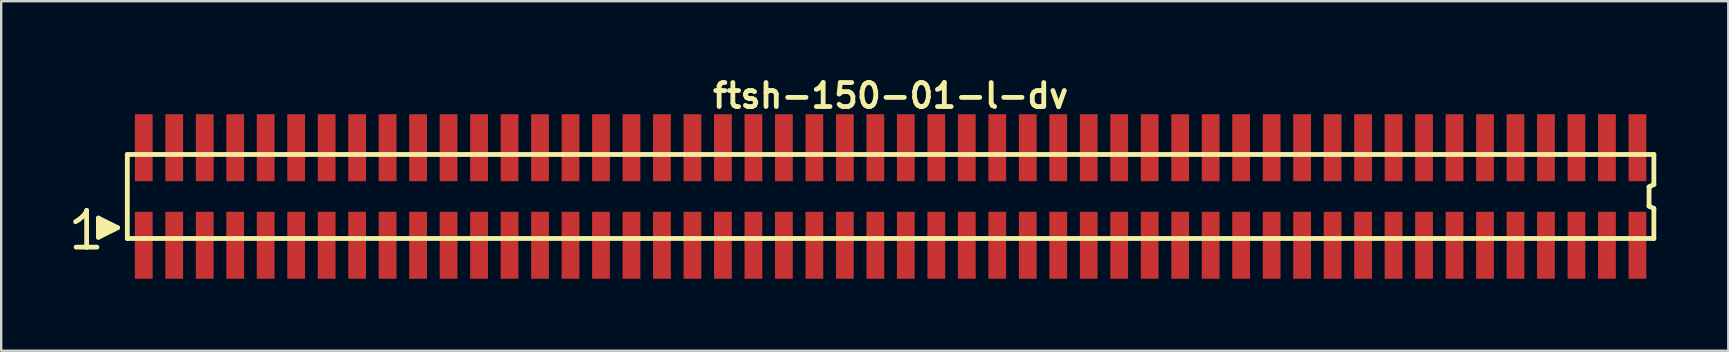
<source format=kicad_pcb>
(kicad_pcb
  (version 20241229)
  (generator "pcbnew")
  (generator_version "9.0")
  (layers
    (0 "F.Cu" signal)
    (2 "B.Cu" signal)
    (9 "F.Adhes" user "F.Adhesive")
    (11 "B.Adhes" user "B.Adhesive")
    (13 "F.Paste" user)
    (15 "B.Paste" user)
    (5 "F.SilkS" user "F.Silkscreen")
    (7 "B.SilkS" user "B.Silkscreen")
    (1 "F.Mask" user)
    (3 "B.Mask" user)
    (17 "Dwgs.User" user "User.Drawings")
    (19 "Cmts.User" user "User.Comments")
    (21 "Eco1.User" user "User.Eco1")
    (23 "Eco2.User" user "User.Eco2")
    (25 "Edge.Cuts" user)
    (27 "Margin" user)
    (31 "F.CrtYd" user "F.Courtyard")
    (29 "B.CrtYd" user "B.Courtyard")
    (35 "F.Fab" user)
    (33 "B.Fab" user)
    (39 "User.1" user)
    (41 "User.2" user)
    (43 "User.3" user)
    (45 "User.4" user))
  (footprint "ftsh-150-01-l-dv"
    (layer "F.Cu")
    (at 34.054 5.136)
    (property "Reference" "ftsh-150-01-l-dv" (at 0 -4.2 0) (layer "F.SilkS") (effects (font (size 1 1) (thickness 0.2))))
    (attr smd)
    (fp_line (start -33.955 1.05) (end -33.825 0.97) (stroke (width 0.198) (type solid)) (layer "F.SilkS"))
    (fp_line (start -33.825 0.97) (end -33.665 0.84) (stroke (width 0.198) (type solid)) (layer "F.SilkS"))
    (fp_line (start -33.665 0.84) (end -33.525 0.67) (stroke (width 0.198) (type solid)) (layer "F.SilkS"))
    (fp_line (start -33.525 0.67) (end -33.495 0.58) (stroke (width 0.198) (type solid)) (layer "F.SilkS"))
    (fp_line (start -33.495 0.58) (end -33.495 2.11) (stroke (width 0.198) (type solid)) (layer "F.SilkS"))
    (fp_line (start -33.495 2.11) (end -33.935 2.11) (stroke (width 0.198) (type solid)) (layer "F.SilkS"))
    (fp_line (start -33.065 2.11) (end -33.505 2.11) (stroke (width 0.198) (type solid)) (layer "F.SilkS"))
    (fp_line (start -33.005 0.9) (end -32.205 1.3) (stroke (width 0.198) (type solid)) (layer "F.SilkS"))
    (fp_line (start -33.005 1.7) (end -33.005 0.9) (stroke (width 0.198) (type solid)) (layer "F.SilkS"))
    (fp_line (start -32.905 1.6) (end -32.905 1) (stroke (width 0.198) (type solid)) (layer "F.SilkS"))
    (fp_line (start -32.805 1.1) (end -32.805 1.5) (stroke (width 0.198) (type solid)) (layer "F.SilkS"))
    (fp_line (start -32.705 1.5) (end -32.705 1.1) (stroke (width 0.198) (type solid)) (layer "F.SilkS"))
    (fp_line (start -32.605 1.2) (end -32.605 1.4) (stroke (width 0.198) (type solid)) (layer "F.SilkS"))
    (fp_line (start -32.505 1.4) (end -32.505 1.2) (stroke (width 0.198) (type solid)) (layer "F.SilkS"))
    (fp_line (start -32.205 1.3) (end -33.005 1.7) (stroke (width 0.198) (type solid)) (layer "F.SilkS"))
    (fp_line (start -31.8 -1.75) (end -31.8 1.75) (stroke (width 0.2) (type solid)) (layer "F.SilkS"))
    (fp_line (start -31.8 -1.75) (end 31.8 -1.75) (stroke (width 0.2) (type solid)) (layer "F.SilkS"))
    (fp_line (start -31.8 1.75) (end 31.8 1.75) (stroke (width 0.2) (type solid)) (layer "F.SilkS"))
    (fp_line (start 31.6 -0.4) (end 31.6 0.4) (stroke (width 0.2) (type solid)) (layer "F.SilkS"))
    (fp_line (start 31.6 0.4) (end 31.8 0.5) (stroke (width 0.2) (type solid)) (layer "F.SilkS"))
    (fp_line (start 31.8 -0.5) (end 31.6 -0.4) (stroke (width 0.2) (type solid)) (layer "F.SilkS"))
    (fp_line (start 31.8 -0.5) (end 31.8 -1.75) (stroke (width 0.2) (type solid)) (layer "F.SilkS"))
    (fp_line (start 31.8 0.5) (end 31.8 1.75) (stroke (width 0.2) (type solid)) (layer "F.SilkS"))
    (pad "1" smd rect (at -31.115 2.032) (size 0.74 2.79) (layers "F.Cu" "F.Mask" "F.Paste"))
    (pad "2" smd rect (at -31.115 -2.032) (size 0.74 2.79) (layers "F.Cu" "F.Mask" "F.Paste"))
    (pad "3" smd rect (at -29.845 2.032) (size 0.74 2.79) (layers "F.Cu" "F.Mask" "F.Paste"))
    (pad "4" smd rect (at -29.845 -2.032) (size 0.74 2.79) (layers "F.Cu" "F.Mask" "F.Paste"))
    (pad "5" smd rect (at -28.575 2.032) (size 0.74 2.79) (layers "F.Cu" "F.Mask" "F.Paste"))
    (pad "6" smd rect (at -28.575 -2.032) (size 0.74 2.79) (layers "F.Cu" "F.Mask" "F.Paste"))
    (pad "7" smd rect (at -27.305 2.032) (size 0.74 2.79) (layers "F.Cu" "F.Mask" "F.Paste"))
    (pad "8" smd rect (at -27.305 -2.032) (size 0.74 2.79) (layers "F.Cu" "F.Mask" "F.Paste"))
    (pad "9" smd rect (at -26.035 2.032) (size 0.74 2.79) (layers "F.Cu" "F.Mask" "F.Paste"))
    (pad "10" smd rect (at -26.035 -2.032) (size 0.74 2.79) (layers "F.Cu" "F.Mask" "F.Paste"))
    (pad "11" smd rect (at -24.765 2.032) (size 0.74 2.79) (layers "F.Cu" "F.Mask" "F.Paste"))
    (pad "12" smd rect (at -24.765 -2.032) (size 0.74 2.79) (layers "F.Cu" "F.Mask" "F.Paste"))
    (pad "13" smd rect (at -23.495 2.032) (size 0.74 2.79) (layers "F.Cu" "F.Mask" "F.Paste"))
    (pad "14" smd rect (at -23.495 -2.032) (size 0.74 2.79) (layers "F.Cu" "F.Mask" "F.Paste"))
    (pad "15" smd rect (at -22.225 2.032) (size 0.74 2.79) (layers "F.Cu" "F.Mask" "F.Paste"))
    (pad "16" smd rect (at -22.225 -2.032) (size 0.74 2.79) (layers "F.Cu" "F.Mask" "F.Paste"))
    (pad "17" smd rect (at -20.955 2.032) (size 0.74 2.79) (layers "F.Cu" "F.Mask" "F.Paste"))
    (pad "18" smd rect (at -20.955 -2.032) (size 0.74 2.79) (layers "F.Cu" "F.Mask" "F.Paste"))
    (pad "19" smd rect (at -19.685 2.032) (size 0.74 2.79) (layers "F.Cu" "F.Mask" "F.Paste"))
    (pad "20" smd rect (at -19.685 -2.032) (size 0.74 2.79) (layers "F.Cu" "F.Mask" "F.Paste"))
    (pad "21" smd rect (at -18.415 2.032) (size 0.74 2.79) (layers "F.Cu" "F.Mask" "F.Paste"))
    (pad "22" smd rect (at -18.415 -2.032) (size 0.74 2.79) (layers "F.Cu" "F.Mask" "F.Paste"))
    (pad "23" smd rect (at -17.145 2.032) (size 0.74 2.79) (layers "F.Cu" "F.Mask" "F.Paste"))
    (pad "24" smd rect (at -17.145 -2.032) (size 0.74 2.79) (layers "F.Cu" "F.Mask" "F.Paste"))
    (pad "25" smd rect (at -15.875 2.032) (size 0.74 2.79) (layers "F.Cu" "F.Mask" "F.Paste"))
    (pad "26" smd rect (at -15.875 -2.032) (size 0.74 2.79) (layers "F.Cu" "F.Mask" "F.Paste"))
    (pad "27" smd rect (at -14.605 2.032) (size 0.74 2.79) (layers "F.Cu" "F.Mask" "F.Paste"))
    (pad "28" smd rect (at -14.605 -2.032) (size 0.74 2.79) (layers "F.Cu" "F.Mask" "F.Paste"))
    (pad "29" smd rect (at -13.335 2.032) (size 0.74 2.79) (layers "F.Cu" "F.Mask" "F.Paste"))
    (pad "30" smd rect (at -13.335 -2.032) (size 0.74 2.79) (layers "F.Cu" "F.Mask" "F.Paste"))
    (pad "31" smd rect (at -12.065 2.032) (size 0.74 2.79) (layers "F.Cu" "F.Mask" "F.Paste"))
    (pad "32" smd rect (at -12.065 -2.032) (size 0.74 2.79) (layers "F.Cu" "F.Mask" "F.Paste"))
    (pad "33" smd rect (at -10.795 2.032) (size 0.74 2.79) (layers "F.Cu" "F.Mask" "F.Paste"))
    (pad "34" smd rect (at -10.795 -2.032) (size 0.74 2.79) (layers "F.Cu" "F.Mask" "F.Paste"))
    (pad "35" smd rect (at -9.525 2.032) (size 0.74 2.79) (layers "F.Cu" "F.Mask" "F.Paste"))
    (pad "36" smd rect (at -9.525 -2.032) (size 0.74 2.79) (layers "F.Cu" "F.Mask" "F.Paste"))
    (pad "37" smd rect (at -8.255 2.032) (size 0.74 2.79) (layers "F.Cu" "F.Mask" "F.Paste"))
    (pad "38" smd rect (at -8.255 -2.032) (size 0.74 2.79) (layers "F.Cu" "F.Mask" "F.Paste"))
    (pad "39" smd rect (at -6.985 2.032) (size 0.74 2.79) (layers "F.Cu" "F.Mask" "F.Paste"))
    (pad "40" smd rect (at -6.985 -2.032) (size 0.74 2.79) (layers "F.Cu" "F.Mask" "F.Paste"))
    (pad "41" smd rect (at -5.715 2.032) (size 0.74 2.79) (layers "F.Cu" "F.Mask" "F.Paste"))
    (pad "42" smd rect (at -5.715 -2.032) (size 0.74 2.79) (layers "F.Cu" "F.Mask" "F.Paste"))
    (pad "43" smd rect (at -4.445 2.032) (size 0.74 2.79) (layers "F.Cu" "F.Mask" "F.Paste"))
    (pad "44" smd rect (at -4.445 -2.032) (size 0.74 2.79) (layers "F.Cu" "F.Mask" "F.Paste"))
    (pad "45" smd rect (at -3.175 2.032) (size 0.74 2.79) (layers "F.Cu" "F.Mask" "F.Paste"))
    (pad "46" smd rect (at -3.175 -2.032) (size 0.74 2.79) (layers "F.Cu" "F.Mask" "F.Paste"))
    (pad "47" smd rect (at -1.905 2.032) (size 0.74 2.79) (layers "F.Cu" "F.Mask" "F.Paste"))
    (pad "48" smd rect (at -1.905 -2.032) (size 0.74 2.79) (layers "F.Cu" "F.Mask" "F.Paste"))
    (pad "49" smd rect (at -0.635 2.032) (size 0.74 2.79) (layers "F.Cu" "F.Mask" "F.Paste"))
    (pad "50" smd rect (at -0.635 -2.032) (size 0.74 2.79) (layers "F.Cu" "F.Mask" "F.Paste"))
    (pad "51" smd rect (at 0.635 2.032) (size 0.74 2.79) (layers "F.Cu" "F.Mask" "F.Paste"))
    (pad "52" smd rect (at 0.635 -2.032) (size 0.74 2.79) (layers "F.Cu" "F.Mask" "F.Paste"))
    (pad "53" smd rect (at 1.905 2.032) (size 0.74 2.79) (layers "F.Cu" "F.Mask" "F.Paste"))
    (pad "54" smd rect (at 1.905 -2.032) (size 0.74 2.79) (layers "F.Cu" "F.Mask" "F.Paste"))
    (pad "55" smd rect (at 3.175 2.032) (size 0.74 2.79) (layers "F.Cu" "F.Mask" "F.Paste"))
    (pad "56" smd rect (at 3.175 -2.032) (size 0.74 2.79) (layers "F.Cu" "F.Mask" "F.Paste"))
    (pad "57" smd rect (at 4.445 2.032) (size 0.74 2.79) (layers "F.Cu" "F.Mask" "F.Paste"))
    (pad "58" smd rect (at 4.445 -2.032) (size 0.74 2.79) (layers "F.Cu" "F.Mask" "F.Paste"))
    (pad "59" smd rect (at 5.715 2.032) (size 0.74 2.79) (layers "F.Cu" "F.Mask" "F.Paste"))
    (pad "60" smd rect (at 5.715 -2.032) (size 0.74 2.79) (layers "F.Cu" "F.Mask" "F.Paste"))
    (pad "61" smd rect (at 6.985 2.032) (size 0.74 2.79) (layers "F.Cu" "F.Mask" "F.Paste"))
    (pad "62" smd rect (at 6.985 -2.032) (size 0.74 2.79) (layers "F.Cu" "F.Mask" "F.Paste"))
    (pad "63" smd rect (at 8.255 2.032) (size 0.74 2.79) (layers "F.Cu" "F.Mask" "F.Paste"))
    (pad "64" smd rect (at 8.255 -2.032) (size 0.74 2.79) (layers "F.Cu" "F.Mask" "F.Paste"))
    (pad "65" smd rect (at 9.525 2.032) (size 0.74 2.79) (layers "F.Cu" "F.Mask" "F.Paste"))
    (pad "66" smd rect (at 9.525 -2.032) (size 0.74 2.79) (layers "F.Cu" "F.Mask" "F.Paste"))
    (pad "67" smd rect (at 10.795 2.032) (size 0.74 2.79) (layers "F.Cu" "F.Mask" "F.Paste"))
    (pad "68" smd rect (at 10.795 -2.032) (size 0.74 2.79) (layers "F.Cu" "F.Mask" "F.Paste"))
    (pad "69" smd rect (at 12.065 2.032) (size 0.74 2.79) (layers "F.Cu" "F.Mask" "F.Paste"))
    (pad "70" smd rect (at 12.065 -2.032) (size 0.74 2.79) (layers "F.Cu" "F.Mask" "F.Paste"))
    (pad "71" smd rect (at 13.335 2.032) (size 0.74 2.79) (layers "F.Cu" "F.Mask" "F.Paste"))
    (pad "72" smd rect (at 13.335 -2.032) (size 0.74 2.79) (layers "F.Cu" "F.Mask" "F.Paste"))
    (pad "73" smd rect (at 14.605 2.032) (size 0.74 2.79) (layers "F.Cu" "F.Mask" "F.Paste"))
    (pad "74" smd rect (at 14.605 -2.032) (size 0.74 2.79) (layers "F.Cu" "F.Mask" "F.Paste"))
    (pad "75" smd rect (at 15.875 2.032) (size 0.74 2.79) (layers "F.Cu" "F.Mask" "F.Paste"))
    (pad "76" smd rect (at 15.875 -2.032) (size 0.74 2.79) (layers "F.Cu" "F.Mask" "F.Paste"))
    (pad "77" smd rect (at 17.145 2.032) (size 0.74 2.79) (layers "F.Cu" "F.Mask" "F.Paste"))
    (pad "78" smd rect (at 17.145 -2.032) (size 0.74 2.79) (layers "F.Cu" "F.Mask" "F.Paste"))
    (pad "79" smd rect (at 18.415 2.032) (size 0.74 2.79) (layers "F.Cu" "F.Mask" "F.Paste"))
    (pad "80" smd rect (at 18.415 -2.032) (size 0.74 2.79) (layers "F.Cu" "F.Mask" "F.Paste"))
    (pad "81" smd rect (at 19.685 2.032) (size 0.74 2.79) (layers "F.Cu" "F.Mask" "F.Paste"))
    (pad "82" smd rect (at 19.685 -2.032) (size 0.74 2.79) (layers "F.Cu" "F.Mask" "F.Paste"))
    (pad "83" smd rect (at 20.955 2.032) (size 0.74 2.79) (layers "F.Cu" "F.Mask" "F.Paste"))
    (pad "84" smd rect (at 20.955 -2.032) (size 0.74 2.79) (layers "F.Cu" "F.Mask" "F.Paste"))
    (pad "85" smd rect (at 22.225 2.032) (size 0.74 2.79) (layers "F.Cu" "F.Mask" "F.Paste"))
    (pad "86" smd rect (at 22.225 -2.032) (size 0.74 2.79) (layers "F.Cu" "F.Mask" "F.Paste"))
    (pad "87" smd rect (at 23.495 2.032) (size 0.74 2.79) (layers "F.Cu" "F.Mask" "F.Paste"))
    (pad "88" smd rect (at 23.495 -2.032) (size 0.74 2.79) (layers "F.Cu" "F.Mask" "F.Paste"))
    (pad "89" smd rect (at 24.765 2.032) (size 0.74 2.79) (layers "F.Cu" "F.Mask" "F.Paste"))
    (pad "90" smd rect (at 24.765 -2.032) (size 0.74 2.79) (layers "F.Cu" "F.Mask" "F.Paste"))
    (pad "91" smd rect (at 26.035 2.032) (size 0.74 2.79) (layers "F.Cu" "F.Mask" "F.Paste"))
    (pad "92" smd rect (at 26.035 -2.032) (size 0.74 2.79) (layers "F.Cu" "F.Mask" "F.Paste"))
    (pad "93" smd rect (at 27.305 2.032) (size 0.74 2.79) (layers "F.Cu" "F.Mask" "F.Paste"))
    (pad "94" smd rect (at 27.305 -2.032) (size 0.74 2.79) (layers "F.Cu" "F.Mask" "F.Paste"))
    (pad "95" smd rect (at 28.575 2.032) (size 0.74 2.79) (layers "F.Cu" "F.Mask" "F.Paste"))
    (pad "96" smd rect (at 28.575 -2.032) (size 0.74 2.79) (layers "F.Cu" "F.Mask" "F.Paste"))
    (pad "97" smd rect (at 29.845 2.032) (size 0.74 2.79) (layers "F.Cu" "F.Mask" "F.Paste"))
    (pad "98" smd rect (at 29.845 -2.032) (size 0.74 2.79) (layers "F.Cu" "F.Mask" "F.Paste"))
    (pad "99" smd rect (at 31.115 2.032) (size 0.74 2.79) (layers "F.Cu" "F.Mask" "F.Paste"))
    (pad "100" smd rect (at 31.115 -2.032) (size 0.74 2.79) (layers "F.Cu" "F.Mask" "F.Paste")))
  (gr_rect
    (start -3 -3)
    (end 68.954 11.563)
    (stroke (width 0.1) (type default))
    (fill no)
    (layer "Edge.Cuts")))
</source>
